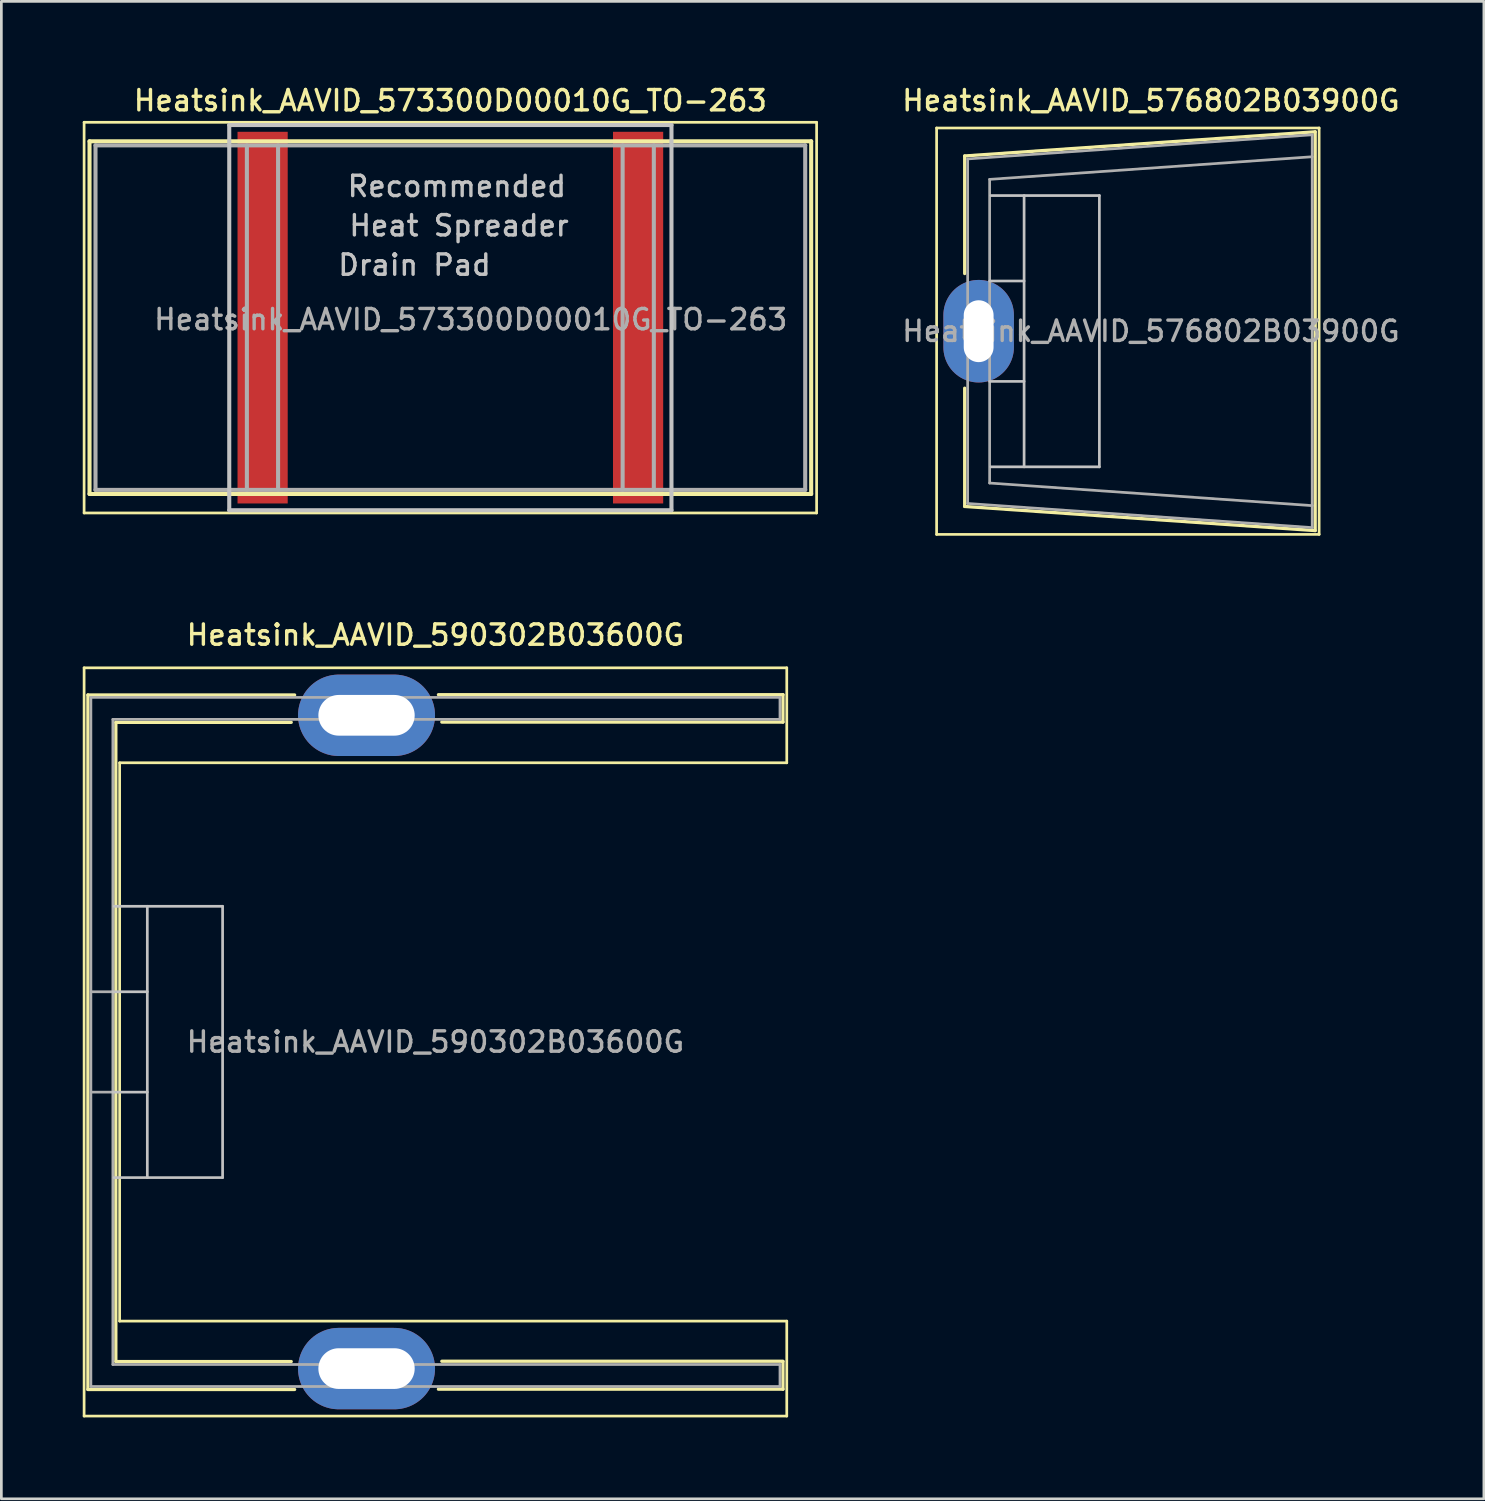
<source format=kicad_pcb>
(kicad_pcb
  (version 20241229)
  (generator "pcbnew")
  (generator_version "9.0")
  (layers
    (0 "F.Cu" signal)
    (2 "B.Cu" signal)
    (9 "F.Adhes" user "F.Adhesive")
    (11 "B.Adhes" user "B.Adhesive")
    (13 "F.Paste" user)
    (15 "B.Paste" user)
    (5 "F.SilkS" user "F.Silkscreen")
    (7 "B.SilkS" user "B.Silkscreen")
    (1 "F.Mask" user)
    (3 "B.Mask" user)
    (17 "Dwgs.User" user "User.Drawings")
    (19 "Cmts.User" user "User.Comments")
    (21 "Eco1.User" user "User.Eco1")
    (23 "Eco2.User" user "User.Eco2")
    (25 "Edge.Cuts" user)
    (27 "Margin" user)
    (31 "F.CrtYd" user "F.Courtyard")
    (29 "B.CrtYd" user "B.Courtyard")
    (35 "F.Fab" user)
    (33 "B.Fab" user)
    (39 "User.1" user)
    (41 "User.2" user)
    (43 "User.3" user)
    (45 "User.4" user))
  (footprint "Heatsink_AAVID_573300D00010G_TO-263"
    (layer "F.Cu")
    (at 13.55 8.658)
    (property "Reference" "Heatsink_AAVID_573300D00010G_TO-263" (at 0 -8 0) (layer "F.SilkS") (effects (font (size 0.75 0.75) (thickness 0.125))))
    (attr smd)
    (fp_line (start -13.5 -7.2) (end -13.5 7.2) (stroke (width 0.1) (type solid)) (layer "F.SilkS"))
    (fp_line (start -13.5 7.2) (end 13.5 7.2) (stroke (width 0.1) (type solid)) (layer "F.SilkS"))
    (fp_line (start -13.3 -6.5) (end 13.3 -6.5) (stroke (width 0.15) (type solid)) (layer "F.SilkS"))
    (fp_line (start -13.3 6.5) (end -13.3 -6.5) (stroke (width 0.15) (type solid)) (layer "F.SilkS"))
    (fp_line (start -13.3 6.5) (end 13.3 6.5) (stroke (width 0.15) (type solid)) (layer "F.SilkS"))
    (fp_line (start 13.3 -6.5) (end 13.3 6.5) (stroke (width 0.15) (type solid)) (layer "F.SilkS"))
    (fp_line (start 13.5 -7.2) (end -13.5 -7.2) (stroke (width 0.1) (type solid)) (layer "F.SilkS"))
    (fp_line (start 13.5 7.2) (end 13.5 -7.2) (stroke (width 0.1) (type solid)) (layer "F.SilkS"))
    (fp_line (start -8.15 -7.1) (end 8.15 -7.1) (stroke (width 0.15) (type solid)) (layer "Dwgs.User"))
    (fp_line (start -8.15 7.1) (end -8.15 -7.1) (stroke (width 0.15) (type solid)) (layer "Dwgs.User"))
    (fp_line (start -8.15 7.1) (end 8.15 7.1) (stroke (width 0.15) (type solid)) (layer "Dwgs.User"))
    (fp_line (start 8.15 7.1) (end 8.15 -7.1) (stroke (width 0.15) (type solid)) (layer "Dwgs.User"))
    (fp_line (start -13.08 -6.35) (end 13.08 -6.35) (stroke (width 0.15) (type solid)) (layer "F.Fab"))
    (fp_line (start -13.08 6.35) (end -13.08 -6.35) (stroke (width 0.15) (type solid)) (layer "F.Fab"))
    (fp_line (start -13.08 6.35) (end 13.08 6.35) (stroke (width 0.15) (type solid)) (layer "F.Fab"))
    (fp_line (start -7.5 6.35) (end -7.5 -6.35) (stroke (width 0.15) (type solid)) (layer "F.Fab"))
    (fp_line (start -6.35 6.35) (end -6.35 -6.35) (stroke (width 0.15) (type solid)) (layer "F.Fab"))
    (fp_line (start 6.35 6.35) (end 6.35 -6.35) (stroke (width 0.15) (type solid)) (layer "F.Fab"))
    (fp_line (start 7.5 6.35) (end 7.5 -6.35) (stroke (width 0.15) (type solid)) (layer "F.Fab"))
    (fp_line (start 13.08 -6.35) (end 13.08 6.35) (stroke (width 0.15) (type solid)) (layer "F.Fab"))
    (fp_text user "Heat Spreader" (at 0.32 -3.39 0) (layer "Dwgs.User") (effects (font (size 0.75 0.75) (thickness 0.125))))
    (fp_text user "Drain Pad" (at -1.32 -1.94 0) (layer "Dwgs.User") (effects (font (size 0.75 0.75) (thickness 0.125))))
    (fp_text user "Recommended" (at 0.24 -4.84 0) (layer "Dwgs.User") (effects (font (size 0.75 0.75) (thickness 0.125))))
    (fp_text user "${REFERENCE}" (at 0.75 0.07 0) (layer "F.Fab") (effects (font (size 0.75 0.75) (thickness 0.125))))
    (pad "1" smd rect (at -6.92 0) (size 1.85 13.7) (layers "F.Cu" "F.Mask" "F.Paste"))
    (pad "1" smd rect (at 6.92 0) (size 1.85 13.7) (layers "F.Cu" "F.Mask" "F.Paste")))
  (footprint "Heatsink_AAVID_590302B03600G"
    (layer "F.Cu")
    (at 10.46 23.316)
    (property "Reference" "Heatsink_AAVID_590302B03600G" (at 2.54 -2.96 0) (layer "F.SilkS") (effects (font (size 0.75 0.75) (thickness 0.125))))
    (attr through_hole)
    (fp_line (start -10.41 -1.75) (end -10.41 25.83) (stroke (width 0.1) (type solid)) (layer "F.SilkS"))
    (fp_line (start -10.41 25.83) (end 15.49 25.83) (stroke (width 0.1) (type solid)) (layer "F.SilkS"))
    (fp_line (start -10.27 -0.75) (end -10.27 24.85) (stroke (width 0.12) (type solid)) (layer "F.SilkS"))
    (fp_line (start -10.27 -0.75) (end -2.65 -0.75) (stroke (width 0.12) (type solid)) (layer "F.SilkS"))
    (fp_line (start -10.27 24.85) (end -2.65 24.85) (stroke (width 0.12) (type solid)) (layer "F.SilkS"))
    (fp_line (start -9.24 0.26) (end -9.24 23.82) (stroke (width 0.12) (type solid)) (layer "F.SilkS"))
    (fp_line (start -9.24 0.26) (end -2.775 0.26) (stroke (width 0.12) (type solid)) (layer "F.SilkS"))
    (fp_line (start -9.24 23.82) (end -2.775 23.82) (stroke (width 0.12) (type solid)) (layer "F.SilkS"))
    (fp_line (start -9.1 1.75) (end -9.1 22.33) (stroke (width 0.1) (type solid)) (layer "F.SilkS"))
    (fp_line (start -9.1 1.75) (end 15.49 1.75) (stroke (width 0.1) (type solid)) (layer "F.SilkS"))
    (fp_line (start -9.1 22.33) (end 15.49 22.33) (stroke (width 0.1) (type solid)) (layer "F.SilkS"))
    (fp_line (start 2.65 -0.76) (end 15.35 -0.76) (stroke (width 0.12) (type solid)) (layer "F.SilkS"))
    (fp_line (start 2.65 24.84) (end 15.35 24.84) (stroke (width 0.12) (type solid)) (layer "F.SilkS"))
    (fp_line (start 2.775 0.25) (end 15.35 0.25) (stroke (width 0.12) (type solid)) (layer "F.SilkS"))
    (fp_line (start 2.775 23.81) (end 15.35 23.81) (stroke (width 0.12) (type solid)) (layer "F.SilkS"))
    (fp_line (start 15.35 -0.76) (end 15.35 0.25) (stroke (width 0.12) (type solid)) (layer "F.SilkS"))
    (fp_line (start 15.35 24.84) (end 15.35 23.82) (stroke (width 0.12) (type solid)) (layer "F.SilkS"))
    (fp_line (start 15.49 -1.75) (end -10.41 -1.75) (stroke (width 0.1) (type solid)) (layer "F.SilkS"))
    (fp_line (start 15.49 -1.75) (end 15.49 1.75) (stroke (width 0.1) (type solid)) (layer "F.SilkS"))
    (fp_line (start 15.49 22.33) (end 15.49 25.83) (stroke (width 0.1) (type solid)) (layer "F.SilkS"))
    (fp_line (start -9.35 10.19) (end -8.08 10.19) (stroke (width 0.1) (type solid)) (layer "Dwgs.User"))
    (fp_line (start -9.35 13.89) (end -8.08 13.89) (stroke (width 0.1) (type solid)) (layer "Dwgs.User"))
    (fp_line (start -9.305 7.04) (end -5.305 7.04) (stroke (width 0.1) (type solid)) (layer "Dwgs.User"))
    (fp_line (start -8.08 7.04) (end -8.08 17.04) (stroke (width 0.1) (type solid)) (layer "Dwgs.User"))
    (fp_line (start -5.305 7.04) (end -5.305 17.04) (stroke (width 0.1) (type solid)) (layer "Dwgs.User"))
    (fp_line (start -5.305 17.04) (end -9.305 17.04) (stroke (width 0.1) (type solid)) (layer "Dwgs.User"))
    (fp_line (start -10.16 -0.66) (end -10.16 24.74) (stroke (width 0.1) (type solid)) (layer "F.Fab"))
    (fp_line (start -10.16 -0.66) (end 15.24 -0.66) (stroke (width 0.1) (type solid)) (layer "F.Fab"))
    (fp_line (start -10.15 10.19) (end -9.35 10.19) (stroke (width 0.1) (type solid)) (layer "F.Fab"))
    (fp_line (start -10.15 13.89) (end -9.35 13.89) (stroke (width 0.1) (type solid)) (layer "F.Fab"))
    (fp_line (start -9.35 0.15) (end -9.35 23.93) (stroke (width 0.1) (type solid)) (layer "F.Fab"))
    (fp_line (start -9.35 0.15) (end 15.24 0.15) (stroke (width 0.1) (type solid)) (layer "F.Fab"))
    (fp_line (start 15.24 -0.66) (end 15.24 0.15) (stroke (width 0.1) (type solid)) (layer "F.Fab"))
    (fp_line (start 15.24 23.93) (end -9.35 23.93) (stroke (width 0.1) (type solid)) (layer "F.Fab"))
    (fp_line (start 15.24 23.93) (end 15.24 24.74) (stroke (width 0.1) (type solid)) (layer "F.Fab"))
    (fp_line (start 15.24 24.74) (end -10.155 24.74) (stroke (width 0.1) (type solid)) (layer "F.Fab"))
    (fp_text user "${REFERENCE}" (at 2.54 12.04 0) (layer "F.Fab") (effects (font (size 0.75 0.75) (thickness 0.125))))
    (pad "1" thru_hole oval (at 0 0) (size 5.05 3) (drill oval 3.55 1.5) (layers "*.Cu" "*.Mask"))
    (pad "2" thru_hole oval (at 0 24.08) (size 5.05 3) (drill oval 3.55 1.5) (layers "*.Cu" "*.Mask")))
  (footprint "Heatsink_AAVID_576802B03900G"
    (layer "F.Cu")
    (at 33.023 9.158)
    (property "Reference" "Heatsink_AAVID_576802B03900G" (at 6.35 -8.5 0) (layer "F.SilkS") (effects (font (size 0.75 0.75) (thickness 0.125))))
    (attr through_hole)
    (fp_line (start -1.55 -7.49) (end -1.55 7.49) (stroke (width 0.1) (type solid)) (layer "F.SilkS"))
    (fp_line (start -1.55 7.49) (end 12.55 7.49) (stroke (width 0.1) (type solid)) (layer "F.SilkS"))
    (fp_line (start -0.515 -6.46) (end -0.515 -2.125) (stroke (width 0.12) (type solid)) (layer "F.SilkS"))
    (fp_line (start -0.515 -6.46) (end 12.405 -7.35) (stroke (width 0.12) (type solid)) (layer "F.SilkS"))
    (fp_line (start -0.515 2.1) (end -0.515 6.46) (stroke (width 0.12) (type solid)) (layer "F.SilkS"))
    (fp_line (start -0.515 6.46) (end 12.405 7.35) (stroke (width 0.12) (type solid)) (layer "F.SilkS"))
    (fp_line (start 12.405 -7.35) (end 12.405 7.35) (stroke (width 0.12) (type solid)) (layer "F.SilkS"))
    (fp_line (start 12.55 -7.49) (end -1.55 -7.49) (stroke (width 0.1) (type solid)) (layer "F.SilkS"))
    (fp_line (start 12.55 -7.49) (end 12.55 7.49) (stroke (width 0.1) (type solid)) (layer "F.SilkS"))
    (fp_line (start 0.405 -1.85) (end 1.675 -1.85) (stroke (width 0.1) (type solid)) (layer "Dwgs.User"))
    (fp_line (start 0.405 1.85) (end 1.675 1.85) (stroke (width 0.1) (type solid)) (layer "Dwgs.User"))
    (fp_line (start 0.45 -5) (end 4.45 -5) (stroke (width 0.1) (type solid)) (layer "Dwgs.User"))
    (fp_line (start 1.675 -5) (end 1.675 5) (stroke (width 0.1) (type solid)) (layer "Dwgs.User"))
    (fp_line (start 4.45 -5) (end 4.45 5) (stroke (width 0.1) (type solid)) (layer "Dwgs.User"))
    (fp_line (start 4.45 5) (end 0.45 5) (stroke (width 0.1) (type solid)) (layer "Dwgs.User"))
    (fp_line (start -0.405 -6.35) (end -0.405 6.35) (stroke (width 0.1) (type solid)) (layer "F.Fab"))
    (fp_line (start -0.405 -6.35) (end 12.295 -7.24) (stroke (width 0.1) (type solid)) (layer "F.Fab"))
    (fp_line (start 0.405 -5.597) (end 0.405 5.597) (stroke (width 0.1) (type solid)) (layer "F.Fab"))
    (fp_line (start 0.405 -5.597) (end 12.295 -6.43) (stroke (width 0.1) (type solid)) (layer "F.Fab"))
    (fp_line (start 12.295 -7.24) (end 12.295 7.24) (stroke (width 0.1) (type solid)) (layer "F.Fab"))
    (fp_line (start 12.295 7.24) (end -0.405 6.35) (stroke (width 0.1) (type solid)) (layer "F.Fab"))
    (fp_line (start 12.3 6.43) (end 0.405 5.597) (stroke (width 0.1) (type solid)) (layer "F.Fab"))
    (fp_text user "${REFERENCE}" (at 6.35 0 0) (layer "F.Fab") (effects (font (size 0.75 0.75) (thickness 0.125))))
    (pad "1" thru_hole oval (at 0 0) (size 2.6 3.78) (drill oval 1.1 2.28) (layers "*.Cu" "*.Mask")))
  (gr_rect
    (start -3 -3)
    (end 51.646 52.196)
    (stroke (width 0.1) (type default))
    (fill no)
    (layer "Edge.Cuts")))
</source>
